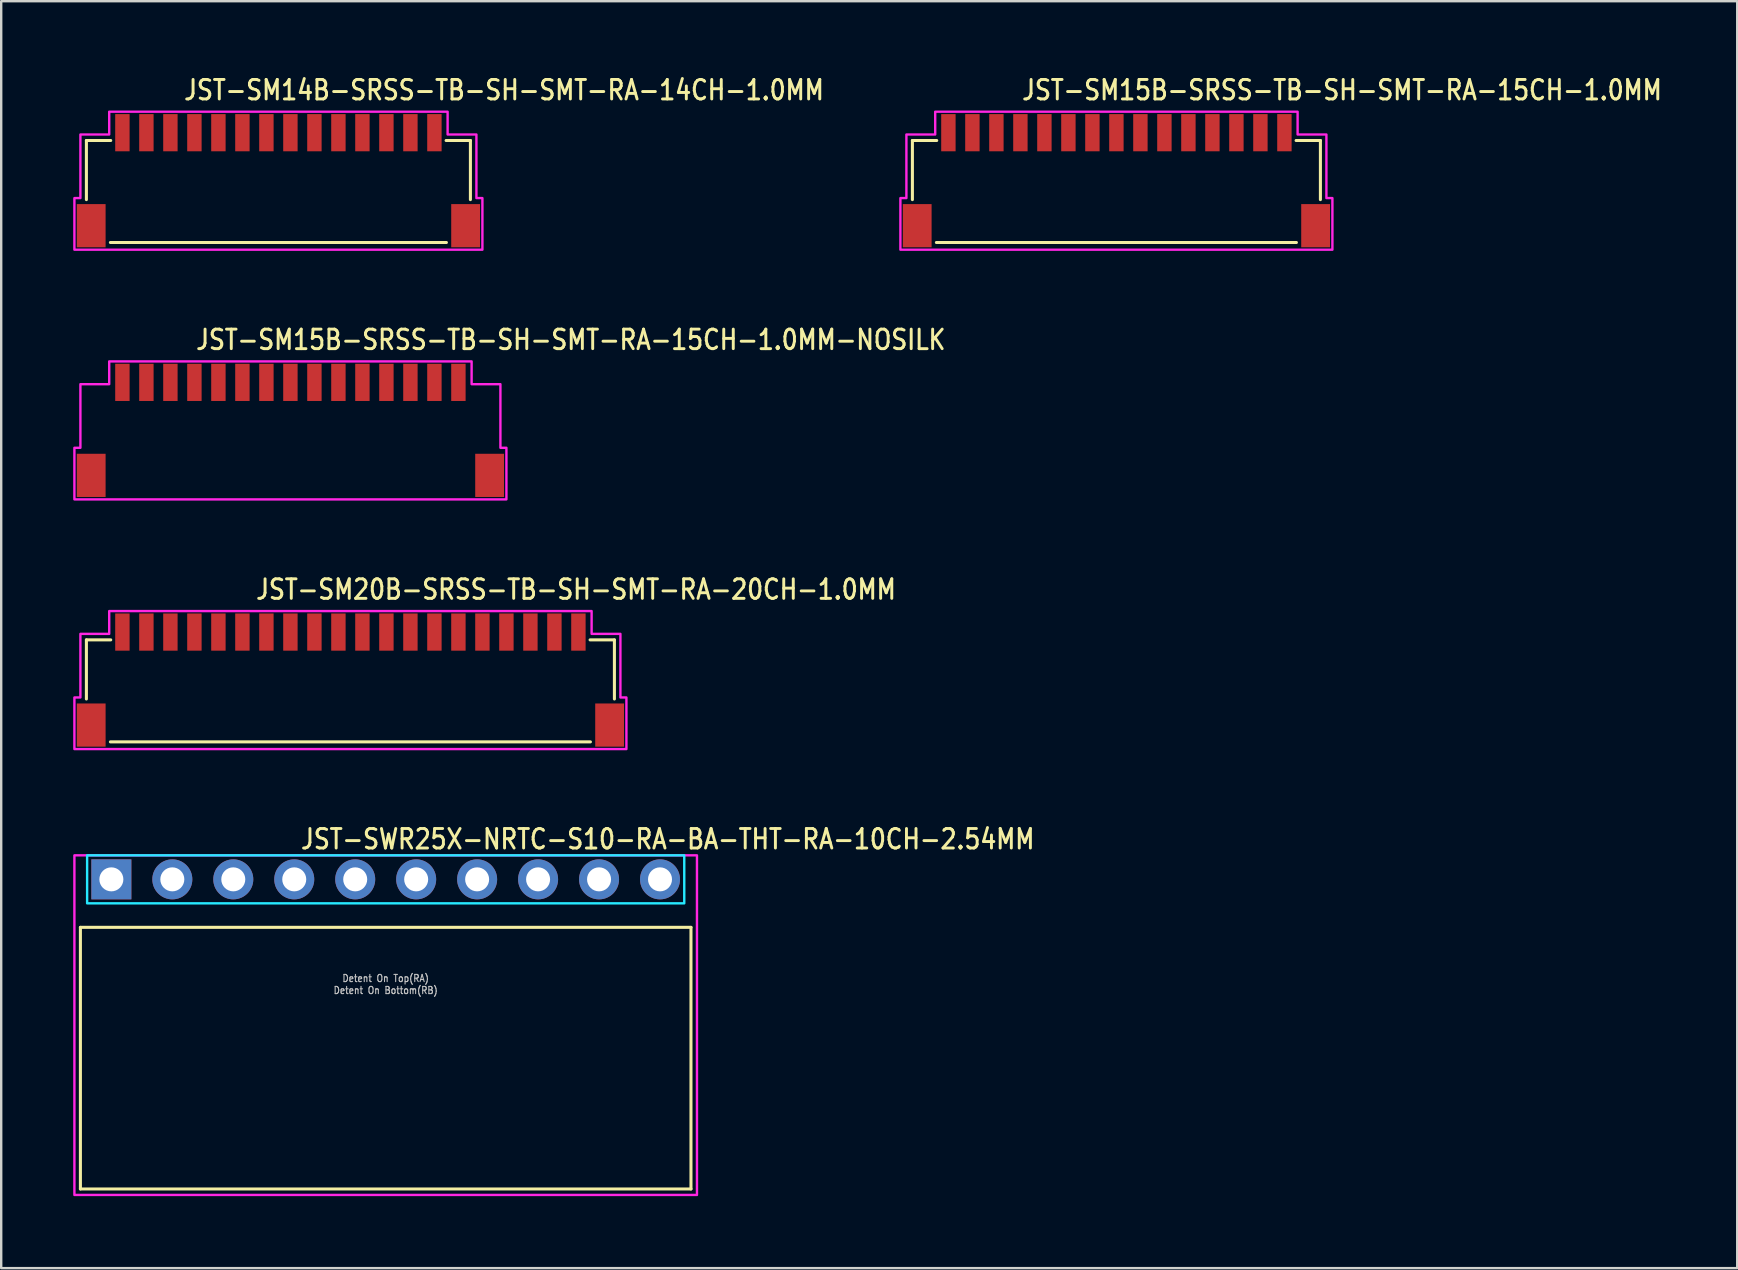
<source format=kicad_pcb>
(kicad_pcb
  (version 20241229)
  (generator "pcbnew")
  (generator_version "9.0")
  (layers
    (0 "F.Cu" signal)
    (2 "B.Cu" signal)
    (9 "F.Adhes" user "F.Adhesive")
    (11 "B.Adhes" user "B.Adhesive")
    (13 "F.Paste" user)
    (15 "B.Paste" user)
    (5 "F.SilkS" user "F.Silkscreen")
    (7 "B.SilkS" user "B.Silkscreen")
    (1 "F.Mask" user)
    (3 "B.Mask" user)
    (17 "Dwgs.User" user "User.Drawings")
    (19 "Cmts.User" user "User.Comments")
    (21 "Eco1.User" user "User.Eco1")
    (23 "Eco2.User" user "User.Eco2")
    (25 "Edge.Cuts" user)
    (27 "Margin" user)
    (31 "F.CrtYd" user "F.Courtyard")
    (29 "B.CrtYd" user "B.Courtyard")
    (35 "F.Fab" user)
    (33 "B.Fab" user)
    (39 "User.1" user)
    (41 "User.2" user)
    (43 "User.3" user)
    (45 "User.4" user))
  (footprint "JST-SM20B-SRSS-TB-SH-SMT-RA-20CH-1.0MM"
    (layer "F.Cu")
    (at 11.55 25.286)
    (property "Reference" "JST-SM20B-SRSS-TB-SH-SMT-RA-20CH-1.0MM" (at -4 -3.3 0) (unlocked yes) (layer "F.SilkS") (effects (font (size 0.813 0.695) (thickness 0.122)) (justify left bottom)))
    (fp_line (start -11 -1.675) (end -9.986 -1.675) (stroke (width 0.127) (type solid)) (layer "F.SilkS"))
    (fp_line (start -11 0.788) (end -11 -1.675) (stroke (width 0.127) (type solid)) (layer "F.SilkS"))
    (fp_line (start -10 2.575) (end 10 2.575) (stroke (width 0.127) (type solid)) (layer "F.SilkS"))
    (fp_line (start 9.986 -1.675) (end 11 -1.675) (stroke (width 0.127) (type solid)) (layer "F.SilkS"))
    (fp_line (start 11 -1.675) (end 11 0.788) (stroke (width 0.127) (type solid)) (layer "F.SilkS"))
    (fp_poly (pts (xy -11.5 2.875) (xy -11.5 0.725) (xy -11.25 0.725) (xy -11.25 -1.925) (xy -10.05 -1.925) (xy -10.05 -2.875) (xy 10.05 -2.875) (xy 10.05 -1.925) (xy 11.25 -1.925) (xy 11.25 0.725) (xy 11.5 0.725) (xy 11.5 2.875)) (stroke (width 0.1) (type solid)) (fill no) (layer "F.CrtYd"))
    (pad "P$1" smd rect (at -9.5 -2) (size 0.6 1.55) (layers "F.Cu" "F.Mask" "F.Paste"))
    (pad "P$2" smd rect (at -8.5 -2) (size 0.6 1.55) (layers "F.Cu" "F.Mask" "F.Paste"))
    (pad "P$3" smd rect (at -7.5 -2) (size 0.6 1.55) (layers "F.Cu" "F.Mask" "F.Paste"))
    (pad "P$4" smd rect (at -6.5 -2) (size 0.6 1.55) (layers "F.Cu" "F.Mask" "F.Paste"))
    (pad "P$5" smd rect (at -5.5 -2) (size 0.6 1.55) (layers "F.Cu" "F.Mask" "F.Paste"))
    (pad "P$6" smd rect (at -4.5 -2) (size 0.6 1.55) (layers "F.Cu" "F.Mask" "F.Paste"))
    (pad "P$7" smd rect (at -3.5 -2) (size 0.6 1.55) (layers "F.Cu" "F.Mask" "F.Paste"))
    (pad "P$8" smd rect (at -2.5 -2) (size 0.6 1.55) (layers "F.Cu" "F.Mask" "F.Paste"))
    (pad "P$9" smd rect (at -1.5 -2) (size 0.6 1.55) (layers "F.Cu" "F.Mask" "F.Paste"))
    (pad "P$10" smd rect (at -0.5 -2) (size 0.6 1.55) (layers "F.Cu" "F.Mask" "F.Paste"))
    (pad "P$11" smd rect (at 0.5 -2) (size 0.6 1.55) (layers "F.Cu" "F.Mask" "F.Paste"))
    (pad "P$12" smd rect (at 1.5 -2) (size 0.6 1.55) (layers "F.Cu" "F.Mask" "F.Paste"))
    (pad "P$13" smd rect (at 2.5 -2) (size 0.6 1.55) (layers "F.Cu" "F.Mask" "F.Paste"))
    (pad "P$14" smd rect (at 3.5 -2) (size 0.6 1.55) (layers "F.Cu" "F.Mask" "F.Paste"))
    (pad "P$15" smd rect (at 4.5 -2) (size 0.6 1.55) (layers "F.Cu" "F.Mask" "F.Paste"))
    (pad "P$16" smd rect (at 5.5 -2) (size 0.6 1.55) (layers "F.Cu" "F.Mask" "F.Paste"))
    (pad "P$17" smd rect (at 6.5 -2) (size 0.6 1.55) (layers "F.Cu" "F.Mask" "F.Paste"))
    (pad "P$18" smd rect (at 7.5 -2) (size 0.6 1.55) (layers "F.Cu" "F.Mask" "F.Paste"))
    (pad "P$19" smd rect (at 8.5 -2) (size 0.6 1.55) (layers "F.Cu" "F.Mask" "F.Paste"))
    (pad "P$20" smd rect (at 9.5 -2) (size 0.6 1.55) (layers "F.Cu" "F.Mask" "F.Paste"))
    (pad "S$15" smd rect (at -10.8 1.875) (size 1.2 1.8) (layers "F.Cu" "F.Mask" "F.Paste"))
    (pad "S$16" smd rect (at 10.8 1.875) (size 1.2 1.8) (layers "F.Cu" "F.Mask" "F.Paste")))
  (footprint "JST-SM14B-SRSS-TB-SH-SMT-RA-14CH-1.0MM"
    (layer "F.Cu")
    (at 8.55 4.479)
    (property "Reference" "JST-SM14B-SRSS-TB-SH-SMT-RA-14CH-1.0MM" (at -4 -3.3 0) (unlocked yes) (layer "F.SilkS") (effects (font (size 0.813 0.695) (thickness 0.122)) (justify left bottom)))
    (fp_line (start -8 -1.675) (end -6.987 -1.675) (stroke (width 0.127) (type solid)) (layer "F.SilkS"))
    (fp_line (start -8 0.788) (end -8 -1.675) (stroke (width 0.127) (type solid)) (layer "F.SilkS"))
    (fp_line (start -7 2.575) (end 7 2.575) (stroke (width 0.127) (type solid)) (layer "F.SilkS"))
    (fp_line (start 6.987 -1.675) (end 8 -1.675) (stroke (width 0.127) (type solid)) (layer "F.SilkS"))
    (fp_line (start 8 -1.675) (end 8 0.788) (stroke (width 0.127) (type solid)) (layer "F.SilkS"))
    (fp_poly (pts (xy -8.5 2.875) (xy -8.5 0.725) (xy -8.25 0.725) (xy -8.25 -1.925) (xy -7.05 -1.925) (xy -7.05 -2.875) (xy 7.05 -2.875) (xy 7.05 -1.925) (xy 8.25 -1.925) (xy 8.25 0.725) (xy 8.5 0.725) (xy 8.5 2.875)) (stroke (width 0.1) (type solid)) (fill no) (layer "F.CrtYd"))
    (pad "P$1" smd rect (at -6.5 -2) (size 0.6 1.55) (layers "F.Cu" "F.Mask" "F.Paste"))
    (pad "P$2" smd rect (at -5.5 -2) (size 0.6 1.55) (layers "F.Cu" "F.Mask" "F.Paste"))
    (pad "P$3" smd rect (at -4.5 -2) (size 0.6 1.55) (layers "F.Cu" "F.Mask" "F.Paste"))
    (pad "P$4" smd rect (at -3.5 -2) (size 0.6 1.55) (layers "F.Cu" "F.Mask" "F.Paste"))
    (pad "P$5" smd rect (at -2.5 -2) (size 0.6 1.55) (layers "F.Cu" "F.Mask" "F.Paste"))
    (pad "P$6" smd rect (at -1.5 -2) (size 0.6 1.55) (layers "F.Cu" "F.Mask" "F.Paste"))
    (pad "P$7" smd rect (at -0.5 -2) (size 0.6 1.55) (layers "F.Cu" "F.Mask" "F.Paste"))
    (pad "P$8" smd rect (at 0.5 -2) (size 0.6 1.55) (layers "F.Cu" "F.Mask" "F.Paste"))
    (pad "P$9" smd rect (at 1.5 -2) (size 0.6 1.55) (layers "F.Cu" "F.Mask" "F.Paste"))
    (pad "P$10" smd rect (at 2.5 -2) (size 0.6 1.55) (layers "F.Cu" "F.Mask" "F.Paste"))
    (pad "P$11" smd rect (at 3.5 -2) (size 0.6 1.55) (layers "F.Cu" "F.Mask" "F.Paste"))
    (pad "P$12" smd rect (at 4.5 -2) (size 0.6 1.55) (layers "F.Cu" "F.Mask" "F.Paste"))
    (pad "P$13" smd rect (at 5.5 -2) (size 0.6 1.55) (layers "F.Cu" "F.Mask" "F.Paste"))
    (pad "P$14" smd rect (at 6.5 -2) (size 0.6 1.55) (layers "F.Cu" "F.Mask" "F.Paste"))
    (pad "S$13" smd rect (at -7.8 1.875) (size 1.2 1.8) (layers "F.Cu" "F.Mask" "F.Paste"))
    (pad "S$14" smd rect (at 7.8 1.875) (size 1.2 1.8) (layers "F.Cu" "F.Mask" "F.Paste")))
  (footprint "JST-SWR25X-NRTC-S10-RA-BA-THT-RA-10CH-2.54MM"
    (layer "F.Cu")
    (at 13.02 33.589)
    (property "Reference" "JST-SWR25X-NRTC-S10-RA-BA-THT-RA-10CH-2.54MM" (at -3.6 -1.2 0) (unlocked yes) (layer "F.SilkS") (effects (font (size 0.813 0.695) (thickness 0.122)) (justify left bottom)))
    (fp_line (start -12.72 2) (end 12.72 2) (stroke (width 0.127) (type solid)) (layer "F.SilkS"))
    (fp_line (start -12.72 12.9) (end -12.72 2) (stroke (width 0.127) (type solid)) (layer "F.SilkS"))
    (fp_line (start -12.72 12.9) (end 12.72 12.9) (stroke (width 0.127) (type solid)) (layer "F.SilkS"))
    (fp_line (start 12.72 2) (end 12.72 12.9) (stroke (width 0.127) (type solid)) (layer "F.SilkS"))
    (fp_poly (pts (xy -12.44 -1) (xy -12.44 1) (xy 12.44 1) (xy 12.44 -1)) (stroke (width 0.1) (type solid)) (fill no) (layer "B.CrtYd"))
    (fp_poly (pts (xy -12.97 -1) (xy -12.97 13.15) (xy 12.97 13.15) (xy 12.97 -1)) (stroke (width 0.1) (type solid)) (fill no) (layer "F.CrtYd"))
    (fp_text user "Detent On Bottom(RB)" (at 0 4.8 0) (unlocked yes) (layer "Dwgs.User") (effects (font (size 0.3 0.257) (thickness 0.045)) (justify bottom)))
    (fp_text user "Detent On Top(RA)" (at 0 4.3 0) (unlocked yes) (layer "Dwgs.User") (effects (font (size 0.3 0.257) (thickness 0.045)) (justify bottom)))
    (pad "P$1" thru_hole rect (at -11.43 0) (size 1.667 1.667) (drill 1) (layers "*.Cu" "*.Mask"))
    (pad "P$2" thru_hole oval (at -8.89 0) (size 1.667 1.667) (drill 1) (layers "*.Cu" "*.Mask"))
    (pad "P$3" thru_hole oval (at -6.35 0) (size 1.667 1.667) (drill 1) (layers "*.Cu" "*.Mask"))
    (pad "P$4" thru_hole oval (at -3.81 0) (size 1.667 1.667) (drill 1) (layers "*.Cu" "*.Mask"))
    (pad "P$5" thru_hole oval (at -1.27 0) (size 1.667 1.667) (drill 1) (layers "*.Cu" "*.Mask"))
    (pad "P$6" thru_hole oval (at 1.27 0) (size 1.667 1.667) (drill 1) (layers "*.Cu" "*.Mask"))
    (pad "P$7" thru_hole oval (at 3.81 0) (size 1.667 1.667) (drill 1) (layers "*.Cu" "*.Mask"))
    (pad "P$8" thru_hole oval (at 6.35 0) (size 1.667 1.667) (drill 1) (layers "*.Cu" "*.Mask"))
    (pad "P$9" thru_hole oval (at 8.89 0) (size 1.667 1.667) (drill 1) (layers "*.Cu" "*.Mask"))
    (pad "P$10" thru_hole oval (at 11.43 0) (size 1.667 1.667) (drill 1) (layers "*.Cu" "*.Mask")))
  (footprint "JST-SM15B-SRSS-TB-SH-SMT-RA-15CH-1.0MM-NOSILK"
    (layer "F.Cu")
    (at 9.05 14.882)
    (property "Reference" "JST-SM15B-SRSS-TB-SH-SMT-RA-15CH-1.0MM-NOSILK" (at -4 -3.3 0) (unlocked yes) (layer "F.SilkS") (effects (font (size 0.813 0.695) (thickness 0.122)) (justify left bottom)))
    (fp_poly (pts (xy -9 2.875) (xy -9 0.725) (xy -8.75 0.725) (xy -8.75 -1.925) (xy -7.55 -1.925) (xy -7.55 -2.875) (xy 7.55 -2.875) (xy 7.55 -1.925) (xy 8.75 -1.925) (xy 8.75 0.725) (xy 9 0.725) (xy 9 2.875)) (stroke (width 0.1) (type solid)) (fill no) (layer "F.CrtYd"))
    (pad "P$1" smd rect (at -7 -2) (size 0.6 1.55) (layers "F.Cu" "F.Mask" "F.Paste"))
    (pad "P$2" smd rect (at -6 -2) (size 0.6 1.55) (layers "F.Cu" "F.Mask" "F.Paste"))
    (pad "P$3" smd rect (at -5 -2) (size 0.6 1.55) (layers "F.Cu" "F.Mask" "F.Paste"))
    (pad "P$4" smd rect (at -4 -2) (size 0.6 1.55) (layers "F.Cu" "F.Mask" "F.Paste"))
    (pad "P$5" smd rect (at -3 -2) (size 0.6 1.55) (layers "F.Cu" "F.Mask" "F.Paste"))
    (pad "P$6" smd rect (at -2 -2) (size 0.6 1.55) (layers "F.Cu" "F.Mask" "F.Paste"))
    (pad "P$7" smd rect (at -1 -2) (size 0.6 1.55) (layers "F.Cu" "F.Mask" "F.Paste"))
    (pad "P$8" smd rect (at 0 -2) (size 0.6 1.55) (layers "F.Cu" "F.Mask" "F.Paste"))
    (pad "P$9" smd rect (at 1 -2) (size 0.6 1.55) (layers "F.Cu" "F.Mask" "F.Paste"))
    (pad "P$10" smd rect (at 2 -2) (size 0.6 1.55) (layers "F.Cu" "F.Mask" "F.Paste"))
    (pad "P$11" smd rect (at 3 -2) (size 0.6 1.55) (layers "F.Cu" "F.Mask" "F.Paste"))
    (pad "P$12" smd rect (at 4 -2) (size 0.6 1.55) (layers "F.Cu" "F.Mask" "F.Paste"))
    (pad "P$13" smd rect (at 5 -2) (size 0.6 1.55) (layers "F.Cu" "F.Mask" "F.Paste"))
    (pad "P$14" smd rect (at 6 -2) (size 0.6 1.55) (layers "F.Cu" "F.Mask" "F.Paste"))
    (pad "P$15" smd rect (at 7 -2) (size 0.6 1.55) (layers "F.Cu" "F.Mask" "F.Paste"))
    (pad "S$15" smd rect (at -8.3 1.875) (size 1.2 1.8) (layers "F.Cu" "F.Mask" "F.Paste"))
    (pad "S$16" smd rect (at 8.3 1.875) (size 1.2 1.8) (layers "F.Cu" "F.Mask" "F.Paste")))
  (footprint "JST-SM15B-SRSS-TB-SH-SMT-RA-15CH-1.0MM"
    (layer "F.Cu")
    (at 43.466 4.479)
    (property "Reference" "JST-SM15B-SRSS-TB-SH-SMT-RA-15CH-1.0MM" (at -4 -3.3 0) (unlocked yes) (layer "F.SilkS") (effects (font (size 0.813 0.695) (thickness 0.122)) (justify left bottom)))
    (fp_line (start -8.5 -1.675) (end -7.487 -1.675) (stroke (width 0.127) (type solid)) (layer "F.SilkS"))
    (fp_line (start -8.5 0.788) (end -8.5 -1.675) (stroke (width 0.127) (type solid)) (layer "F.SilkS"))
    (fp_line (start -7.5 2.575) (end 7.5 2.575) (stroke (width 0.127) (type solid)) (layer "F.SilkS"))
    (fp_line (start 7.487 -1.675) (end 8.5 -1.675) (stroke (width 0.127) (type solid)) (layer "F.SilkS"))
    (fp_line (start 8.5 -1.675) (end 8.5 0.788) (stroke (width 0.127) (type solid)) (layer "F.SilkS"))
    (fp_poly (pts (xy -9 2.875) (xy -9 0.725) (xy -8.75 0.725) (xy -8.75 -1.925) (xy -7.55 -1.925) (xy -7.55 -2.875) (xy 7.55 -2.875) (xy 7.55 -1.925) (xy 8.75 -1.925) (xy 8.75 0.725) (xy 9 0.725) (xy 9 2.875)) (stroke (width 0.1) (type solid)) (fill no) (layer "F.CrtYd"))
    (pad "P$1" smd rect (at -7 -2) (size 0.6 1.55) (layers "F.Cu" "F.Mask" "F.Paste"))
    (pad "P$2" smd rect (at -6 -2) (size 0.6 1.55) (layers "F.Cu" "F.Mask" "F.Paste"))
    (pad "P$3" smd rect (at -5 -2) (size 0.6 1.55) (layers "F.Cu" "F.Mask" "F.Paste"))
    (pad "P$4" smd rect (at -4 -2) (size 0.6 1.55) (layers "F.Cu" "F.Mask" "F.Paste"))
    (pad "P$5" smd rect (at -3 -2) (size 0.6 1.55) (layers "F.Cu" "F.Mask" "F.Paste"))
    (pad "P$6" smd rect (at -2 -2) (size 0.6 1.55) (layers "F.Cu" "F.Mask" "F.Paste"))
    (pad "P$7" smd rect (at -1 -2) (size 0.6 1.55) (layers "F.Cu" "F.Mask" "F.Paste"))
    (pad "P$8" smd rect (at 0 -2) (size 0.6 1.55) (layers "F.Cu" "F.Mask" "F.Paste"))
    (pad "P$9" smd rect (at 1 -2) (size 0.6 1.55) (layers "F.Cu" "F.Mask" "F.Paste"))
    (pad "P$10" smd rect (at 2 -2) (size 0.6 1.55) (layers "F.Cu" "F.Mask" "F.Paste"))
    (pad "P$11" smd rect (at 3 -2) (size 0.6 1.55) (layers "F.Cu" "F.Mask" "F.Paste"))
    (pad "P$12" smd rect (at 4 -2) (size 0.6 1.55) (layers "F.Cu" "F.Mask" "F.Paste"))
    (pad "P$13" smd rect (at 5 -2) (size 0.6 1.55) (layers "F.Cu" "F.Mask" "F.Paste"))
    (pad "P$14" smd rect (at 6 -2) (size 0.6 1.55) (layers "F.Cu" "F.Mask" "F.Paste"))
    (pad "P$15" smd rect (at 7 -2) (size 0.6 1.55) (layers "F.Cu" "F.Mask" "F.Paste"))
    (pad "S$14" smd rect (at -8.3 1.875) (size 1.2 1.8) (layers "F.Cu" "F.Mask" "F.Paste"))
    (pad "S$15" smd rect (at 8.3 1.875) (size 1.2 1.8) (layers "F.Cu" "F.Mask" "F.Paste")))
  (gr_rect
    (start -3 -3)
    (end 69.333 49.789)
    (stroke (width 0.1) (type default))
    (fill no)
    (layer "Edge.Cuts")))
</source>
